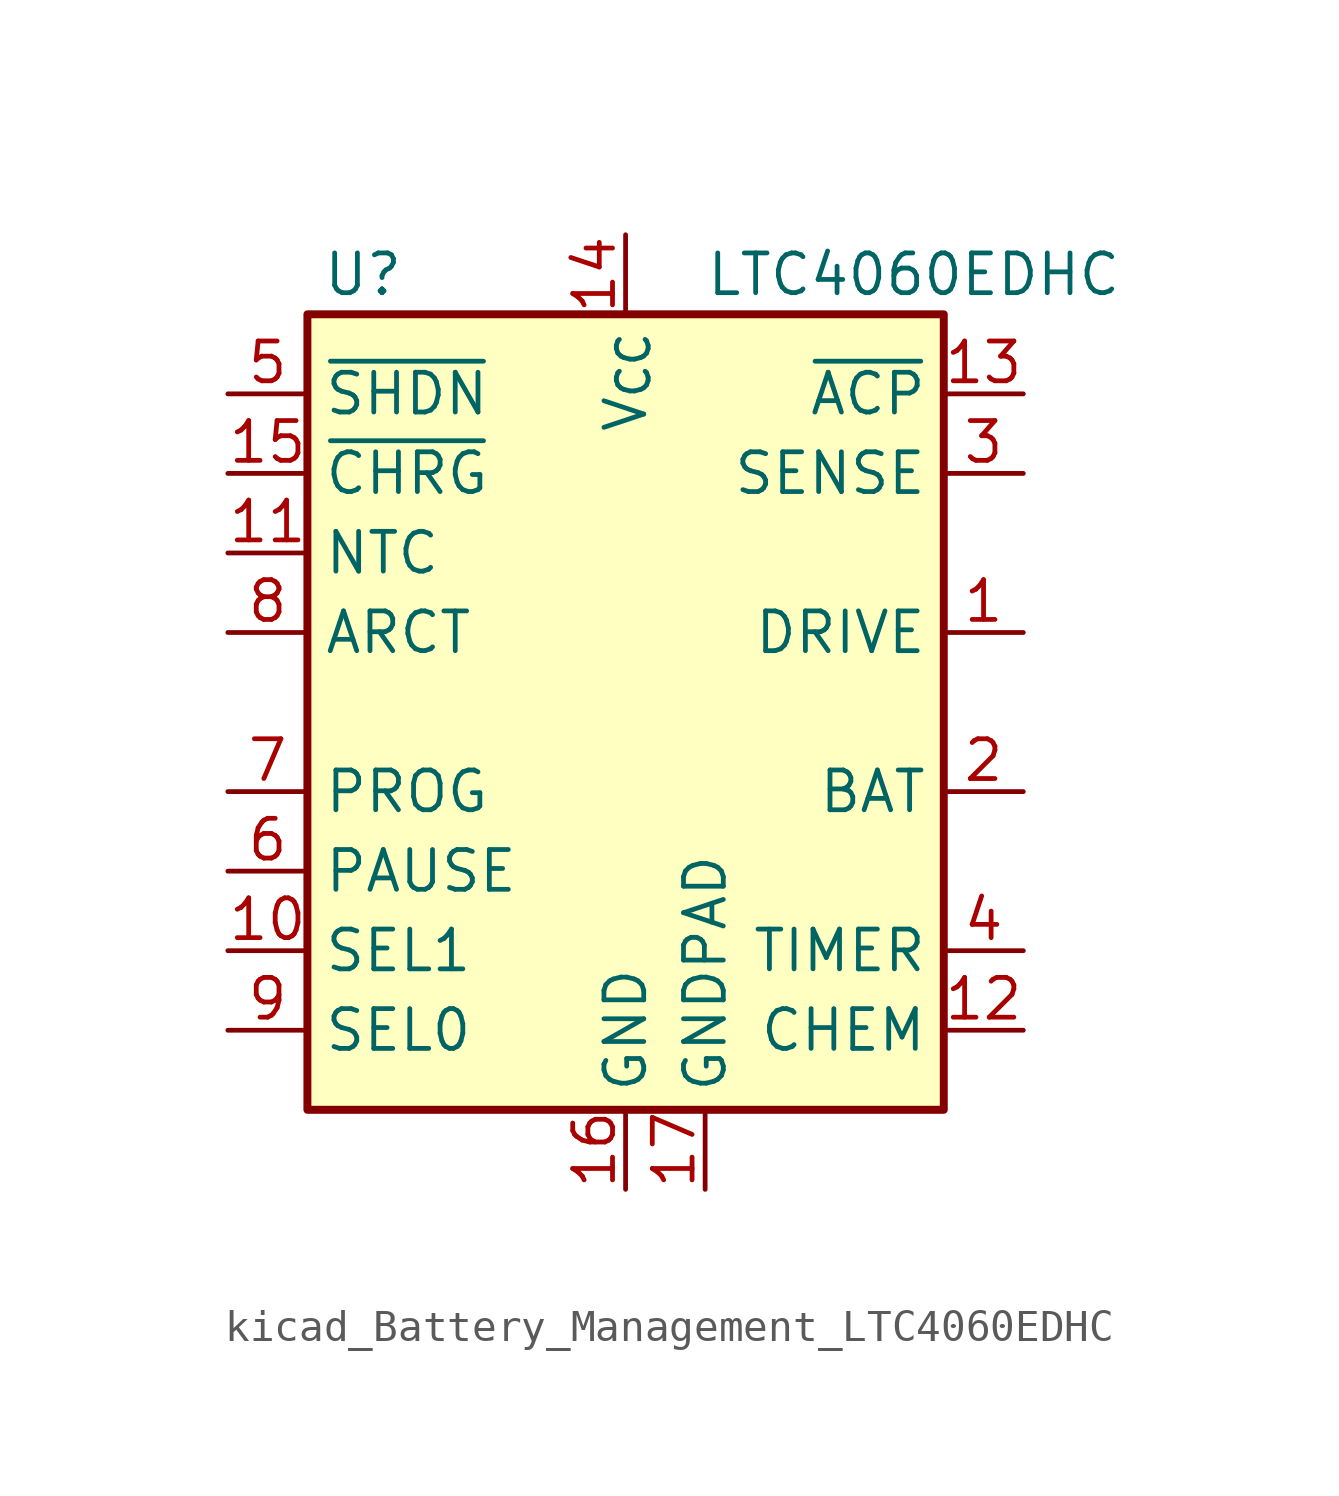
<source format=kicad_sym>
(kicad_symbol_lib
  (version 20220914)
  (generator kicad_symbol_editor)
  (symbol "kicad_Battery_Management_LTC4060EDHC"
    (property "Reference" "U"
      (at -8.382 13.97 0)
      (effects (font (size 1.27 1.27))))
    (property "Value" "LTC4060EDHC"
      (at 2.54 13.97 0)
      (effects (font (size 1.27 1.27)) (justify left)))
    (symbol "kicad_Battery_Management_LTC4060EDHC_0_1"
      (rectangle (start -10.16 12.7) (end 10.16 -12.7) (stroke (width 0.254) (type default)) (fill (type background))))
    (symbol "kicad_Battery_Management_LTC4060EDHC_1_1"
      (pin output line (at 12.7 2.54 180) (length 2.54) (name "DRIVE" (effects (font (size 1.27 1.27)))) (number "1" (effects (font (size 1.27 1.27)))))
      (pin input line (at -12.7 -7.62 0) (length 2.54) (name "SEL1" (effects (font (size 1.27 1.27)))) (number "10" (effects (font (size 1.27 1.27)))))
      (pin input line (at -12.7 5.08 0) (length 2.54) (name "NTC" (effects (font (size 1.27 1.27)))) (number "11" (effects (font (size 1.27 1.27)))))
      (pin input line (at 12.7 -10.16 180) (length 2.54) (name "CHEM" (effects (font (size 1.27 1.27)))) (number "12" (effects (font (size 1.27 1.27)))))
      (pin open_collector line (at 12.7 10.16 180) (length 2.54) (name "~{ACP}" (effects (font (size 1.27 1.27)))) (number "13" (effects (font (size 1.27 1.27)))))
      (pin power_in line (at 0 15.24 270) (length 2.54) (name "V_{CC}" (effects (font (size 1.27 1.27)))) (number "14" (effects (font (size 1.27 1.27)))))
      (pin open_collector line (at -12.7 7.62 0) (length 2.54) (name "~{CHRG}" (effects (font (size 1.27 1.27)))) (number "15" (effects (font (size 1.27 1.27)))))
      (pin power_in line (at 0 -15.24 90) (length 2.54) (name "GND" (effects (font (size 1.27 1.27)))) (number "16" (effects (font (size 1.27 1.27)))))
      (pin power_in line (at 2.54 -15.24 90) (length 2.54) (name "GNDPAD" (effects (font (size 1.27 1.27)))) (number "17" (effects (font (size 1.27 1.27)))))
      (pin input line (at 12.7 -2.54 180) (length 2.54) (name "BAT" (effects (font (size 1.27 1.27)))) (number "2" (effects (font (size 1.27 1.27)))))
      (pin input line (at 12.7 7.62 180) (length 2.54) (name "SENSE" (effects (font (size 1.27 1.27)))) (number "3" (effects (font (size 1.27 1.27)))))
      (pin input line (at 12.7 -7.62 180) (length 2.54) (name "TIMER" (effects (font (size 1.27 1.27)))) (number "4" (effects (font (size 1.27 1.27)))))
      (pin input line (at -12.7 10.16 0) (length 2.54) (name "~{SHDN}" (effects (font (size 1.27 1.27)))) (number "5" (effects (font (size 1.27 1.27)))))
      (pin input line (at -12.7 -5.08 0) (length 2.54) (name "PAUSE" (effects (font (size 1.27 1.27)))) (number "6" (effects (font (size 1.27 1.27)))))
      (pin input line (at -12.7 -2.54 0) (length 2.54) (name "PROG" (effects (font (size 1.27 1.27)))) (number "7" (effects (font (size 1.27 1.27)))))
      (pin input line (at -12.7 2.54 0) (length 2.54) (name "ARCT" (effects (font (size 1.27 1.27)))) (number "8" (effects (font (size 1.27 1.27)))))
      (pin input line (at -12.7 -10.16 0) (length 2.54) (name "SEL0" (effects (font (size 1.27 1.27)))) (number "9" (effects (font (size 1.27 1.27))))))))
</source>
